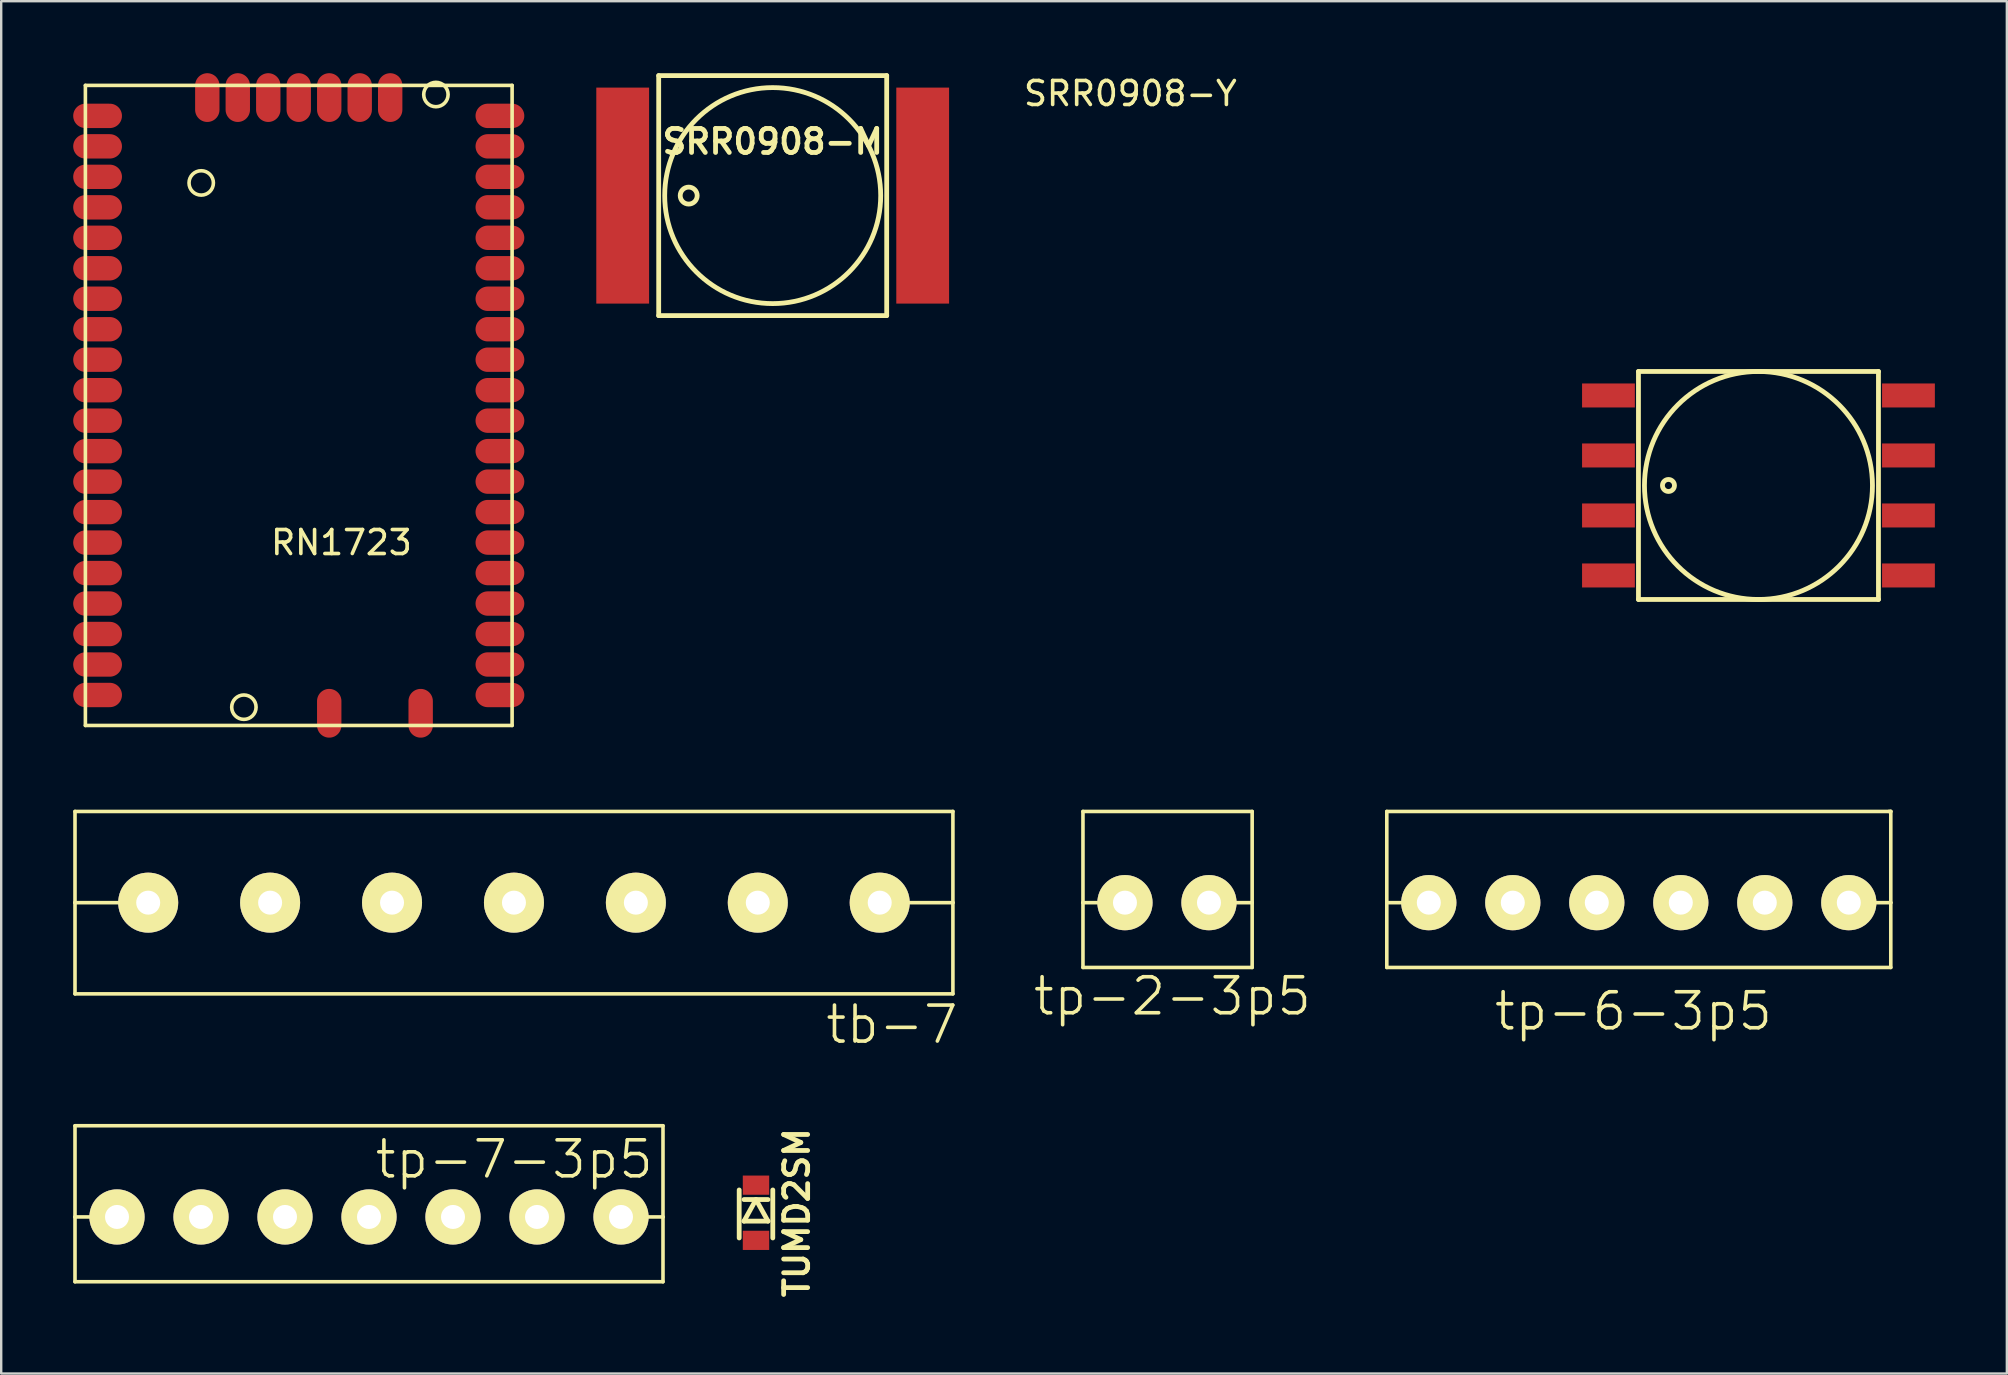
<source format=kicad_pcb>
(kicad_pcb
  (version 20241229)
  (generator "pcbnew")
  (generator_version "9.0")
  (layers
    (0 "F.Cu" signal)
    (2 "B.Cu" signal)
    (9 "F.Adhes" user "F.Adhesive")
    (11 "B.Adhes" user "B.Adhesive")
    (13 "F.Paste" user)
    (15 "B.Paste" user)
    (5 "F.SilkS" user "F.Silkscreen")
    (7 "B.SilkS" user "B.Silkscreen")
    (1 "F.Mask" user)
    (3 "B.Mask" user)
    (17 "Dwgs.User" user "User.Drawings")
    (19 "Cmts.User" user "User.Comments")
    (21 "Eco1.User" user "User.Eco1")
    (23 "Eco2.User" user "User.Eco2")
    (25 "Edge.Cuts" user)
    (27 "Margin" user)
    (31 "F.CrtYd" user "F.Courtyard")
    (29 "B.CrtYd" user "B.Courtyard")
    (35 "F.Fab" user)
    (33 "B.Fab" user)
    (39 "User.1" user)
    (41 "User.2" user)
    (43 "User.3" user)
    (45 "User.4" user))
  (footprint "TUMD2SM"
    (layer "F.Cu")
    (at 28.45 47.482)
    (property "Reference" "TUMD2SM" (at 1.7 0 90) (layer "F.SilkS") (effects (font (size 1 1) (thickness 0.2))))
    (attr through_hole)
    (fp_line (start -0.7 1.05) (end -0.7 -0.95) (stroke (width 0.2) (type solid)) (layer "F.SilkS"))
    (fp_line (start -0.5 -0.55) (end 0.5 -0.55) (stroke (width 0.2) (type solid)) (layer "F.SilkS"))
    (fp_line (start -0.5 0.35) (end 0.5 0.35) (stroke (width 0.2) (type solid)) (layer "F.SilkS"))
    (fp_line (start 0 -0.55) (end -0.5 0.35) (stroke (width 0.2) (type solid)) (layer "F.SilkS"))
    (fp_line (start 0.5 0.35) (end 0 -0.55) (stroke (width 0.2) (type solid)) (layer "F.SilkS"))
    (fp_line (start 0.7 -0.95) (end 0.7 1.05) (stroke (width 0.2) (type solid)) (layer "F.SilkS"))
    (pad "1" smd rect (at 0 -1.15) (size 1.1 0.8) (layers "F.Cu" "F.Mask" "F.Paste"))
    (pad "2" smd rect (at 0 1.15) (size 1.1 0.8) (layers "F.Cu" "F.Mask" "F.Paste")))
  (footprint "tb-7"
    (layer "F.Cu")
    (at 18.365 34.561)
    (property "Reference" "tb-7" (at 15.748 5.08 0) (layer "F.SilkS") (effects (font (size 1.5 1.5) (thickness 0.15))))
    (attr through_hole)
    (fp_line (start -18.29 0) (end -18.29 -3.8) (stroke (width 0.15) (type solid)) (layer "F.SilkS"))
    (fp_line (start -18.29 0) (end -18.29 3.8) (stroke (width 0.15) (type solid)) (layer "F.SilkS"))
    (fp_line (start -15.24 0) (end -18.29 0) (stroke (width 0.15) (type solid)) (layer "F.SilkS"))
    (fp_line (start 15.24 0) (end 18.29 0) (stroke (width 0.15) (type solid)) (layer "F.SilkS"))
    (fp_line (start 18.29 -3.8) (end -18.29 -3.8) (stroke (width 0.15) (type solid)) (layer "F.SilkS"))
    (fp_line (start 18.29 0) (end 18.29 -3.8) (stroke (width 0.15) (type solid)) (layer "F.SilkS"))
    (fp_line (start 18.29 0) (end 18.29 3.8) (stroke (width 0.15) (type solid)) (layer "F.SilkS"))
    (fp_line (start 18.29 3.8) (end -18.29 3.8) (stroke (width 0.15) (type solid)) (layer "F.SilkS"))
    (pad "1" thru_hole circle (at -15.24 0) (size 2.5 2.5) (drill 1) (layers "*.Cu" "*.Mask" "F.SilkS"))
    (pad "2" thru_hole circle (at -10.16 0) (size 2.5 2.5) (drill 1) (layers "*.Cu" "*.Mask" "F.SilkS"))
    (pad "3" thru_hole circle (at -5.08 0) (size 2.5 2.5) (drill 1) (layers "*.Cu" "*.Mask" "F.SilkS"))
    (pad "4" thru_hole circle (at 0 0) (size 2.5 2.5) (drill 1) (layers "*.Cu" "*.Mask" "F.SilkS"))
    (pad "5" thru_hole circle (at 5.08 0) (size 2.5 2.5) (drill 1) (layers "*.Cu" "*.Mask" "F.SilkS"))
    (pad "6" thru_hole circle (at 10.16 0) (size 2.5 2.5) (drill 1) (layers "*.Cu" "*.Mask" "F.SilkS"))
    (pad "7" thru_hole circle (at 15.24 0) (size 2.5 2.5) (drill 1) (layers "*.Cu" "*.Mask" "F.SilkS")))
  (footprint "tp-7-3p5"
    (layer "F.Cu")
    (at 12.325 47.657)
    (property "Reference" "tp-7-3p5" (at 6.05 -2.4 0) (layer "F.SilkS") (effects (font (size 1.5 1.5) (thickness 0.15))))
    (attr through_hole)
    (fp_line (start -12.25 -3.8) (end 12.25 -3.8) (stroke (width 0.15) (type solid)) (layer "F.SilkS"))
    (fp_line (start -12.25 0) (end -12.25 -3.8) (stroke (width 0.15) (type solid)) (layer "F.SilkS"))
    (fp_line (start -12.25 0) (end -12.25 2.7) (stroke (width 0.15) (type solid)) (layer "F.SilkS"))
    (fp_line (start -10.5 0) (end -12.25 0) (stroke (width 0.15) (type solid)) (layer "F.SilkS"))
    (fp_line (start 10.5 0) (end 12.25 0) (stroke (width 0.15) (type solid)) (layer "F.SilkS"))
    (fp_line (start 12.25 0) (end 12.25 -3.8) (stroke (width 0.15) (type solid)) (layer "F.SilkS"))
    (fp_line (start 12.25 0) (end 12.25 2.7) (stroke (width 0.15) (type solid)) (layer "F.SilkS"))
    (fp_line (start 12.25 2.7) (end -12.25 2.7) (stroke (width 0.15) (type solid)) (layer "F.SilkS"))
    (pad "1" thru_hole circle (at -10.5 0) (size 2.3 2.3) (drill 1) (layers "*.Cu" "*.Mask" "F.SilkS"))
    (pad "2" thru_hole circle (at -7 0) (size 2.3 2.3) (drill 1) (layers "*.Cu" "*.Mask" "F.SilkS"))
    (pad "3" thru_hole circle (at -3.5 0) (size 2.3 2.3) (drill 1) (layers "*.Cu" "*.Mask" "F.SilkS"))
    (pad "4" thru_hole circle (at 0 0) (size 2.3 2.3) (drill 1) (layers "*.Cu" "*.Mask" "F.SilkS"))
    (pad "5" thru_hole circle (at 3.5 0) (size 2.3 2.3) (drill 1) (layers "*.Cu" "*.Mask" "F.SilkS"))
    (pad "6" thru_hole circle (at 7 0) (size 2.3 2.3) (drill 1) (layers "*.Cu" "*.Mask" "F.SilkS"))
    (pad "7" thru_hole circle (at 10.5 0) (size 2.3 2.3) (drill 1) (layers "*.Cu" "*.Mask" "F.SilkS")))
  (footprint "RN1723"
    (layer "F.Cu")
    (at 17.78 25.908)
    (property "Reference" "RN1723" (at -6.604 -6.35 0) (layer "F.SilkS") (effects (font (size 1 1) (thickness 0.15))))
    (attr through_hole)
    (fp_line (start -17.272 -25.4) (end -17.272 1.27) (stroke (width 0.15) (type solid)) (layer "F.SilkS"))
    (fp_line (start 0.508 -25.4) (end -17.272 -25.4) (stroke (width 0.15) (type solid)) (layer "F.SilkS"))
    (fp_line (start 0.508 -25.4) (end 0.508 1.27) (stroke (width 0.15) (type solid)) (layer "F.SilkS"))
    (fp_line (start 0.508 1.27) (end -17.272 1.27) (stroke (width 0.15) (type solid)) (layer "F.SilkS"))
    (fp_circle (center -12.446 -21.336) (end -11.938 -21.336) (stroke (width 0.15) (type solid)) (fill no) (layer "F.SilkS"))
    (fp_circle (center -10.668 0.508) (end -10.668 1.016) (stroke (width 0.15) (type solid)) (fill no) (layer "F.SilkS"))
    (fp_circle (center -2.667 -25.019) (end -2.667 -24.511) (stroke (width 0.15) (type solid)) (fill no) (layer "F.SilkS"))
    (pad "1" smd oval (at 0 0) (size 2.032 1.016) (layers "F.Cu" "F.Mask" "F.Paste"))
    (pad "2" smd oval (at 0 -1.27) (size 2.032 1.016) (layers "F.Cu" "F.Mask" "F.Paste"))
    (pad "3" smd oval (at 0 -2.54) (size 2.032 1.016) (layers "F.Cu" "F.Mask" "F.Paste"))
    (pad "4" smd oval (at 0 -3.81) (size 2.032 1.016) (layers "F.Cu" "F.Mask" "F.Paste"))
    (pad "5" smd oval (at 0 -5.08) (size 2.032 1.016) (layers "F.Cu" "F.Mask" "F.Paste"))
    (pad "6" smd oval (at 0 -6.35) (size 2.032 1.016) (layers "F.Cu" "F.Mask" "F.Paste"))
    (pad "7" smd oval (at 0 -7.62) (size 2.032 1.016) (layers "F.Cu" "F.Mask" "F.Paste"))
    (pad "8" smd oval (at 0 -8.89) (size 2.032 1.016) (layers "F.Cu" "F.Mask" "F.Paste"))
    (pad "9" smd oval (at 0 -10.16) (size 2.032 1.016) (layers "F.Cu" "F.Mask" "F.Paste"))
    (pad "10" smd oval (at 0 -11.43) (size 2.032 1.016) (layers "F.Cu" "F.Mask" "F.Paste"))
    (pad "11" smd oval (at 0 -12.7) (size 2.032 1.016) (layers "F.Cu" "F.Mask" "F.Paste"))
    (pad "12" smd oval (at 0 -13.97) (size 2.032 1.016) (layers "F.Cu" "F.Mask" "F.Paste"))
    (pad "13" smd oval (at 0 -15.24) (size 2.032 1.016) (layers "F.Cu" "F.Mask" "F.Paste"))
    (pad "14" smd oval (at 0 -16.51) (size 2.032 1.016) (layers "F.Cu" "F.Mask" "F.Paste"))
    (pad "15" smd oval (at 0 -17.78) (size 2.032 1.016) (layers "F.Cu" "F.Mask" "F.Paste"))
    (pad "16" smd oval (at 0 -19.05) (size 2.032 1.016) (layers "F.Cu" "F.Mask" "F.Paste"))
    (pad "17" smd oval (at 0 -20.32) (size 2.032 1.016) (layers "F.Cu" "F.Mask" "F.Paste"))
    (pad "18" smd oval (at 0 -21.59) (size 2.032 1.016) (layers "F.Cu" "F.Mask" "F.Paste"))
    (pad "19" smd oval (at 0 -22.86) (size 2.032 1.016) (layers "F.Cu" "F.Mask" "F.Paste"))
    (pad "20" smd oval (at 0 -24.13) (size 2.032 1.016) (layers "F.Cu" "F.Mask" "F.Paste"))
    (pad "21" smd oval (at -4.572 -24.892 90) (size 2.032 1.016) (layers "F.Cu" "F.Mask" "F.Paste"))
    (pad "22" smd oval (at -5.842 -24.892 90) (size 2.032 1.016) (layers "F.Cu" "F.Mask" "F.Paste"))
    (pad "23" smd oval (at -7.112 -24.892 90) (size 2.032 1.016) (layers "F.Cu" "F.Mask" "F.Paste"))
    (pad "24" smd oval (at -8.382 -24.892 90) (size 2.032 1.016) (layers "F.Cu" "F.Mask" "F.Paste"))
    (pad "25" smd oval (at -9.652 -24.892 90) (size 2.032 1.016) (layers "F.Cu" "F.Mask" "F.Paste"))
    (pad "26" smd oval (at -10.922 -24.892 90) (size 2.032 1.016) (layers "F.Cu" "F.Mask" "F.Paste"))
    (pad "27" smd oval (at -12.192 -24.892 90) (size 2.032 1.016) (layers "F.Cu" "F.Mask" "F.Paste"))
    (pad "28" smd oval (at -16.764 -24.13) (size 2.032 1.016) (layers "F.Cu" "F.Mask" "F.Paste"))
    (pad "29" smd oval (at -16.764 -22.86) (size 2.032 1.016) (layers "F.Cu" "F.Mask" "F.Paste"))
    (pad "30" smd oval (at -16.764 -21.59) (size 2.032 1.016) (layers "F.Cu" "F.Mask" "F.Paste"))
    (pad "31" smd oval (at -16.764 -20.32) (size 2.032 1.016) (layers "F.Cu" "F.Mask" "F.Paste"))
    (pad "32" smd oval (at -16.764 -19.05) (size 2.032 1.016) (layers "F.Cu" "F.Mask" "F.Paste"))
    (pad "33" smd oval (at -16.764 -17.78) (size 2.032 1.016) (layers "F.Cu" "F.Mask" "F.Paste"))
    (pad "34" smd oval (at -16.764 -16.51) (size 2.032 1.016) (layers "F.Cu" "F.Mask" "F.Paste"))
    (pad "35" smd oval (at -16.764 -15.24) (size 2.032 1.016) (layers "F.Cu" "F.Mask" "F.Paste"))
    (pad "36" smd oval (at -16.764 -13.97) (size 2.032 1.016) (layers "F.Cu" "F.Mask" "F.Paste"))
    (pad "37" smd oval (at -16.764 -12.7) (size 2.032 1.016) (layers "F.Cu" "F.Mask" "F.Paste"))
    (pad "38" smd oval (at -16.764 -11.43) (size 2.032 1.016) (layers "F.Cu" "F.Mask" "F.Paste"))
    (pad "39" smd oval (at -16.764 -10.16) (size 2.032 1.016) (layers "F.Cu" "F.Mask" "F.Paste"))
    (pad "40" smd oval (at -16.764 -8.89) (size 2.032 1.016) (layers "F.Cu" "F.Mask" "F.Paste"))
    (pad "41" smd oval (at -16.764 -7.62) (size 2.032 1.016) (layers "F.Cu" "F.Mask" "F.Paste"))
    (pad "42" smd oval (at -16.764 -6.35) (size 2.032 1.016) (layers "F.Cu" "F.Mask" "F.Paste"))
    (pad "43" smd oval (at -16.764 -5.08) (size 2.032 1.016) (layers "F.Cu" "F.Mask" "F.Paste"))
    (pad "44" smd oval (at -16.764 -3.81) (size 2.032 1.016) (layers "F.Cu" "F.Mask" "F.Paste"))
    (pad "45" smd oval (at -16.764 -2.54) (size 2.032 1.016) (layers "F.Cu" "F.Mask" "F.Paste"))
    (pad "46" smd oval (at -16.764 -1.27) (size 2.032 1.016) (layers "F.Cu" "F.Mask" "F.Paste"))
    (pad "47" smd oval (at -16.764 0) (size 2.032 1.016) (layers "F.Cu" "F.Mask" "F.Paste"))
    (pad "48" smd oval (at -7.112 0.762 90) (size 2.032 1.016) (layers "F.Cu" "F.Mask" "F.Paste"))
    (pad "49" smd oval (at -3.302 0.762 90) (size 2.032 1.016) (layers "F.Cu" "F.Mask" "F.Paste")))
  (footprint "SRR0908-M"
    (layer "F.Cu")
    (at 29.146 5.1)
    (property "Reference" "SRR0908-M" (at 0 -2.25 0) (layer "F.SilkS") (effects (font (size 1 1) (thickness 0.2))))
    (attr through_hole)
    (fp_line (start -4.75 -5) (end 4.75 -5) (stroke (width 0.2) (type solid)) (layer "F.SilkS"))
    (fp_line (start -4.75 5) (end -4.75 -5) (stroke (width 0.2) (type solid)) (layer "F.SilkS"))
    (fp_line (start 4.75 -5) (end 4.75 5) (stroke (width 0.2) (type solid)) (layer "F.SilkS"))
    (fp_line (start 4.75 5) (end -4.75 5) (stroke (width 0.2) (type solid)) (layer "F.SilkS"))
    (fp_circle (center -3.5 0) (end -3.25 0.25) (stroke (width 0.2) (type solid)) (fill no) (layer "F.SilkS"))
    (fp_circle (center 0 0) (end 4.5 0) (stroke (width 0.2) (type solid)) (fill no) (layer "F.SilkS"))
    (pad "1" smd rect (at -6.25 0) (size 2.2 9) (layers "F.Cu" "F.Mask" "F.Paste"))
    (pad "2" smd rect (at 6.25 0) (size 2.2 9) (layers "F.Cu" "F.Mask" "F.Paste")))
  (footprint "SRR0908-Y"
    (layer "F.Cu")
    (at 70.22 17.178)
    (property "Reference" "SRR0908-Y" (at -26.17 -16.33 0) (layer "F.SilkS") (effects (font (size 1 1) (thickness 0.15))))
    (attr through_hole)
    (fp_line (start -5 -4.75) (end -5 4.75) (stroke (width 0.2) (type solid)) (layer "F.SilkS"))
    (fp_line (start -5 -4.75) (end 5 -4.75) (stroke (width 0.2) (type solid)) (layer "F.SilkS"))
    (fp_line (start -5 4.75) (end 5 4.75) (stroke (width 0.2) (type solid)) (layer "F.SilkS"))
    (fp_line (start 5 4.75) (end 5 -4.75) (stroke (width 0.2) (type solid)) (layer "F.SilkS"))
    (fp_circle (center -3.75 0) (end -3.5 0) (stroke (width 0.2) (type solid)) (fill no) (layer "F.SilkS"))
    (fp_circle (center 0 0) (end 4.75 0) (stroke (width 0.2) (type solid)) (fill no) (layer "F.SilkS"))
    (pad "1" smd rect (at -6.25 -3.75) (size 2.2 1) (layers "F.Cu" "F.Mask" "F.Paste"))
    (pad "2" smd rect (at -6.25 -1.25) (size 2.2 1) (layers "F.Cu" "F.Mask" "F.Paste"))
    (pad "3" smd rect (at -6.25 1.25) (size 2.2 1) (layers "F.Cu" "F.Mask" "F.Paste"))
    (pad "4" smd rect (at -6.25 3.75) (size 2.2 1) (layers "F.Cu" "F.Mask" "F.Paste"))
    (pad "5" smd rect (at 6.25 3.75) (size 2.2 1) (layers "F.Cu" "F.Mask" "F.Paste"))
    (pad "6" smd rect (at 6.25 1.25) (size 2.2 1) (layers "F.Cu" "F.Mask" "F.Paste"))
    (pad "7" smd rect (at 6.25 -1.25) (size 2.2 1) (layers "F.Cu" "F.Mask" "F.Paste"))
    (pad "8" smd rect (at 6.25 -3.75) (size 2.2 1) (layers "F.Cu" "F.Mask" "F.Paste")))
  (footprint "tp-2-3p5"
    (layer "F.Cu")
    (at 45.574 34.561)
    (property "Reference" "tp-2-3p5" (at 0.225 3.9 0) (layer "F.SilkS") (effects (font (size 1.5 1.5) (thickness 0.15))))
    (attr through_hole)
    (fp_line (start -3.5 -3.8) (end 3.55 -3.8) (stroke (width 0.15) (type solid)) (layer "F.SilkS"))
    (fp_line (start -3.5 0) (end -3.5 -3.8) (stroke (width 0.15) (type solid)) (layer "F.SilkS"))
    (fp_line (start -3.5 0) (end -3.5 2.7) (stroke (width 0.15) (type solid)) (layer "F.SilkS"))
    (fp_line (start -3.5 2.7) (end 3.55 2.7) (stroke (width 0.15) (type solid)) (layer "F.SilkS"))
    (fp_line (start -1.75 0) (end -3.5 0) (stroke (width 0.15) (type solid)) (layer "F.SilkS"))
    (fp_line (start 1.775 0) (end 3.525 0) (stroke (width 0.15) (type solid)) (layer "F.SilkS"))
    (fp_line (start 3.55 0) (end 3.55 -3.8) (stroke (width 0.15) (type solid)) (layer "F.SilkS"))
    (fp_line (start 3.55 0) (end 3.55 2.7) (stroke (width 0.15) (type solid)) (layer "F.SilkS"))
    (pad "1" thru_hole circle (at -1.75 0) (size 2.3 2.3) (drill 1) (layers "*.Cu" "*.Mask" "F.SilkS"))
    (pad "2" thru_hole circle (at 1.75 0) (size 2.3 2.3) (drill 1) (layers "*.Cu" "*.Mask" "F.SilkS")))
  (footprint "tp-6-3p5"
    (layer "F.Cu")
    (at 65.234 34.561)
    (property "Reference" "tp-6-3p5" (at -0.225 4.525 0) (layer "F.SilkS") (effects (font (size 1.5 1.5) (thickness 0.15))))
    (attr through_hole)
    (fp_line (start -10.5 -3.8) (end 10.5 -3.8) (stroke (width 0.15) (type solid)) (layer "F.SilkS"))
    (fp_line (start -10.5 0) (end -10.5 -3.8) (stroke (width 0.15) (type solid)) (layer "F.SilkS"))
    (fp_line (start -10.5 0) (end -10.5 2.7) (stroke (width 0.15) (type solid)) (layer "F.SilkS"))
    (fp_line (start -8.75 0) (end -10.5 0) (stroke (width 0.15) (type solid)) (layer "F.SilkS"))
    (fp_line (start 8.75 0) (end 10.5 0) (stroke (width 0.15) (type solid)) (layer "F.SilkS"))
    (fp_line (start 10.5 -3.8) (end 10.425 -3.8) (stroke (width 0.15) (type solid)) (layer "F.SilkS"))
    (fp_line (start 10.5 0) (end 10.5 -3.8) (stroke (width 0.15) (type solid)) (layer "F.SilkS"))
    (fp_line (start 10.5 0) (end 10.5 2.7) (stroke (width 0.15) (type solid)) (layer "F.SilkS"))
    (fp_line (start 10.5 2.7) (end -10.5 2.7) (stroke (width 0.15) (type solid)) (layer "F.SilkS"))
    (pad "1" thru_hole circle (at -8.75 0) (size 2.3 2.3) (drill 1) (layers "*.Cu" "*.Mask" "F.SilkS"))
    (pad "2" thru_hole circle (at -5.25 0) (size 2.3 2.3) (drill 1) (layers "*.Cu" "*.Mask" "F.SilkS"))
    (pad "3" thru_hole circle (at -1.75 0) (size 2.3 2.3) (drill 1) (layers "*.Cu" "*.Mask" "F.SilkS"))
    (pad "4" thru_hole circle (at 1.75 0) (size 2.3 2.3) (drill 1) (layers "*.Cu" "*.Mask" "F.SilkS"))
    (pad "5" thru_hole circle (at 5.25 0) (size 2.3 2.3) (drill 1) (layers "*.Cu" "*.Mask" "F.SilkS"))
    (pad "6" thru_hole circle (at 8.75 0) (size 2.3 2.3) (drill 1) (layers "*.Cu" "*.Mask" "F.SilkS")))
  (gr_rect
    (start -3 -3)
    (end 80.57 54.182)
    (stroke (width 0.1) (type default))
    (fill no)
    (layer "Edge.Cuts")))
</source>
